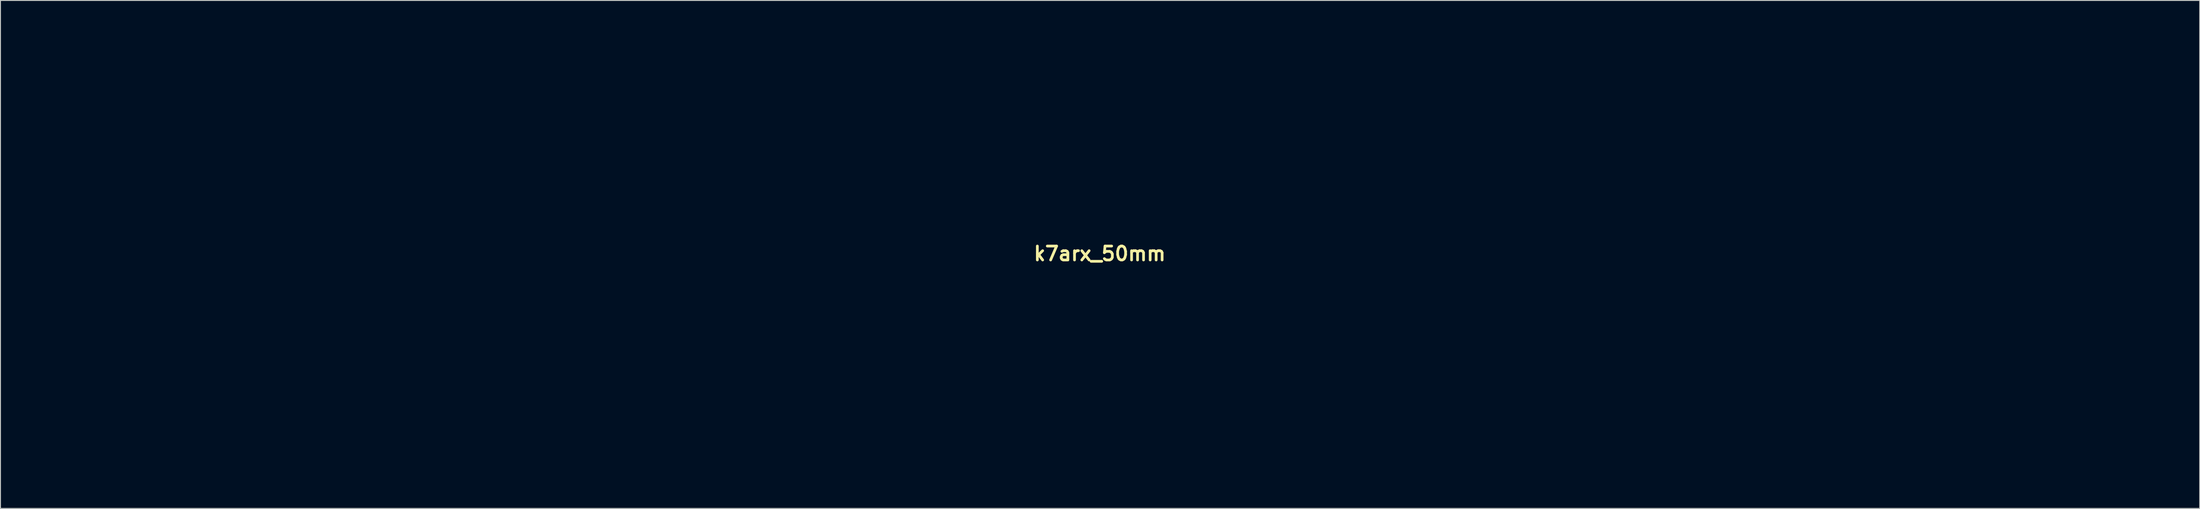
<source format=kicad_pcb>
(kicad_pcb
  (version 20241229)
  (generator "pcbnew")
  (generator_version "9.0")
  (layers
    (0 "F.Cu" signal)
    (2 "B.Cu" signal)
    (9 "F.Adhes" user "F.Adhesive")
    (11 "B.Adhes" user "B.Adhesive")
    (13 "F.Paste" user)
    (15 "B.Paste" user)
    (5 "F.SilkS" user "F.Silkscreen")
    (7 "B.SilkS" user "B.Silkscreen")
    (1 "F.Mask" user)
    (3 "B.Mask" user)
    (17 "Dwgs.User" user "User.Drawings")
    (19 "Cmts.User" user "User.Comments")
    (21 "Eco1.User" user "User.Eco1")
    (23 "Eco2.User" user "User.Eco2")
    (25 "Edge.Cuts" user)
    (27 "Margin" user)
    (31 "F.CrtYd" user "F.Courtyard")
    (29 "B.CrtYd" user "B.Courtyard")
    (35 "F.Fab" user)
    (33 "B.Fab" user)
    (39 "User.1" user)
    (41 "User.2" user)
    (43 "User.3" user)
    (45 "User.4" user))
  (footprint "k7arx_50mm"
    (layer "F.Cu")
    (at 117.202 24.732)
    (property "Reference" "k7arx_50mm" (at 0 0 0) (layer "F.SilkS") (effects (font (size 1.524 1.524) (thickness 0.3))))
    (attr through_hole)
    (fp_poly (pts (xy -64.149 -24.296) (xy -63.95 -24.283) (xy -63.675 -24.263) (xy -63.335 -24.237) (xy -62.944 -24.205) (xy -62.512 -24.169) (xy -62.052 -24.13) (xy -61.745 -24.103) (xy -60.791 -24.019) (xy -59.906 -23.945) (xy -59.079 -23.88) (xy -58.297 -23.823) (xy -57.548 -23.774) (xy -56.818 -23.732) (xy -56.096 -23.697) (xy -55.369 -23.668) (xy -54.623 -23.645) (xy -53.848 -23.627) (xy -53.029 -23.614) (xy -52.155 -23.604) (xy -51.213 -23.599) (xy -50.191 -23.596) (xy -49.6 -23.596) (xy -48.404 -23.598) (xy -47.296 -23.604) (xy -46.262 -23.614) (xy -45.292 -23.629) (xy -44.372 -23.649) (xy -43.491 -23.674) (xy -42.635 -23.705) (xy -41.792 -23.742) (xy -40.95 -23.786) (xy -40.097 -23.837) (xy -39.221 -23.896) (xy -38.409 -23.954) (xy -37.967 -23.986) (xy -37.552 -24.014) (xy -37.177 -24.038) (xy -36.853 -24.056) (xy -36.591 -24.069) (xy -36.403 -24.075) (xy -36.298 -24.074) (xy -36.284 -24.071) (xy -36.092 -23.97) (xy -35.882 -23.78) (xy -35.66 -23.511) (xy -35.434 -23.172) (xy -35.212 -22.771) (xy -35.189 -22.725) (xy -35.041 -22.407) (xy -34.891 -22.045) (xy -34.744 -21.656) (xy -34.607 -21.257) (xy -34.484 -20.867) (xy -34.381 -20.502) (xy -34.305 -20.181) (xy -34.26 -19.921) (xy -34.25 -19.786) (xy -34.264 -19.643) (xy -34.31 -19.498) (xy -34.398 -19.337) (xy -34.535 -19.148) (xy -34.728 -18.918) (xy -34.987 -18.637) (xy -35.032 -18.589) (xy -35.542 -18.047) (xy -35.998 -17.554) (xy -36.418 -17.091) (xy -36.819 -16.638) (xy -37.177 -16.225) (xy -38.608 -14.491) (xy -39.976 -12.695) (xy -41.278 -10.846) (xy -42.509 -8.951) (xy -43.665 -7.016) (xy -44.742 -5.051) (xy -45.735 -3.061) (xy -46.64 -1.055) (xy -47.452 0.959) (xy -47.965 2.375) (xy -48.519 4.066) (xy -49.002 5.729) (xy -49.419 7.384) (xy -49.773 9.052) (xy -50.069 10.751) (xy -50.311 12.501) (xy -50.483 14.1) (xy -50.506 14.391) (xy -50.525 14.758) (xy -50.541 15.189) (xy -50.555 15.669) (xy -50.565 16.186) (xy -50.573 16.727) (xy -50.577 17.278) (xy -50.578 17.825) (xy -50.576 18.356) (xy -50.571 18.857) (xy -50.562 19.315) (xy -50.551 19.717) (xy -50.535 20.048) (xy -50.516 20.297) (xy -50.511 20.35) (xy -50.447 20.801) (xy -50.367 21.283) (xy -50.273 21.771) (xy -50.172 22.237) (xy -50.07 22.657) (xy -49.97 23.004) (xy -49.968 23.013) (xy -49.861 23.389) (xy -49.79 23.73) (xy -49.764 23.95) (xy -49.755 24.152) (xy -49.763 24.288) (xy -49.794 24.39) (xy -49.853 24.49) (xy -49.858 24.497) (xy -49.982 24.64) (xy -50.131 24.761) (xy -50.15 24.772) (xy -50.18 24.789) (xy -50.214 24.804) (xy -50.258 24.817) (xy -50.317 24.829) (xy -50.397 24.838) (xy -50.506 24.847) (xy -50.647 24.854) (xy -50.829 24.86) (xy -51.056 24.865) (xy -51.335 24.869) (xy -51.672 24.872) (xy -52.072 24.875) (xy -52.542 24.877) (xy -53.088 24.879) (xy -53.715 24.88) (xy -54.43 24.881) (xy -55.239 24.883) (xy -55.275 24.883) (xy -55.973 24.884) (xy -56.645 24.884) (xy -57.284 24.883) (xy -57.883 24.881) (xy -58.434 24.879) (xy -58.931 24.877) (xy -59.367 24.873) (xy -59.734 24.87) (xy -60.026 24.865) (xy -60.236 24.861) (xy -60.357 24.856) (xy -60.382 24.853) (xy -60.622 24.75) (xy -60.848 24.576) (xy -61.032 24.357) (xy -61.145 24.12) (xy -61.148 24.111) (xy -61.175 23.942) (xy -61.192 23.674) (xy -61.197 23.311) (xy -61.191 22.852) (xy -61.174 22.3) (xy -61.149 21.725) (xy -61.001 19.631) (xy -60.757 17.511) (xy -60.419 15.365) (xy -59.986 13.194) (xy -59.458 11.001) (xy -58.837 8.786) (xy -58.122 6.55) (xy -57.315 4.296) (xy -56.415 2.025) (xy -55.423 -0.263) (xy -54.339 -2.565) (xy -53.164 -4.88) (xy -52.728 -5.7) (xy -52.059 -6.915) (xy -51.351 -8.15) (xy -50.616 -9.388) (xy -49.862 -10.614) (xy -49.098 -11.813) (xy -48.336 -12.968) (xy -47.585 -14.065) (xy -46.854 -15.087) (xy -46.654 -15.358) (xy -46.545 -15.513) (xy -46.468 -15.638) (xy -46.435 -15.711) (xy -46.437 -15.72) (xy -46.491 -15.726) (xy -46.639 -15.73) (xy -46.872 -15.735) (xy -47.185 -15.738) (xy -47.569 -15.742) (xy -48.018 -15.744) (xy -48.525 -15.746) (xy -49.083 -15.748) (xy -49.685 -15.749) (xy -50.324 -15.75) (xy -50.992 -15.75) (xy -51.684 -15.75) (xy -52.391 -15.75) (xy -53.107 -15.749) (xy -53.825 -15.747) (xy -54.538 -15.745) (xy -55.239 -15.743) (xy -55.92 -15.741) (xy -56.575 -15.738) (xy -57.197 -15.735) (xy -57.778 -15.731) (xy -58.312 -15.727) (xy -58.792 -15.723) (xy -59.211 -15.718) (xy -59.561 -15.713) (xy -59.836 -15.708) (xy -60.028 -15.703) (xy -60.1 -15.699) (xy -61.272 -15.596) (xy -62.375 -15.431) (xy -63.422 -15.201) (xy -64.423 -14.905) (xy -64.863 -14.749) (xy -65.084 -14.661) (xy -65.372 -14.54) (xy -65.7 -14.396) (xy -66.045 -14.241) (xy -66.383 -14.083) (xy -66.425 -14.064) (xy -66.852 -13.862) (xy -67.202 -13.701) (xy -67.485 -13.577) (xy -67.713 -13.484) (xy -67.898 -13.42) (xy -68.051 -13.379) (xy -68.184 -13.357) (xy -68.307 -13.35) (xy -68.319 -13.35) (xy -68.688 -13.385) (xy -69.007 -13.486) (xy -69.267 -13.645) (xy -69.459 -13.855) (xy -69.572 -14.109) (xy -69.6 -14.332) (xy -69.576 -14.61) (xy -69.507 -14.965) (xy -69.397 -15.389) (xy -69.25 -15.871) (xy -69.071 -16.402) (xy -68.863 -16.972) (xy -68.63 -17.571) (xy -68.377 -18.191) (xy -68.106 -18.821) (xy -67.824 -19.452) (xy -67.533 -20.074) (xy -67.237 -20.677) (xy -66.941 -21.253) (xy -66.648 -21.791) (xy -66.364 -22.282) (xy -66.09 -22.716) (xy -66.05 -22.777) (xy -65.747 -23.211) (xy -65.478 -23.561) (xy -65.233 -23.834) (xy -65.005 -24.038) (xy -64.785 -24.178) (xy -64.566 -24.262) (xy -64.338 -24.298) (xy -64.26 -24.3) (xy -64.149 -24.296)) (stroke (width 0.01) (type solid)) (fill yes) (layer "F.Mask"))
    (fp_poly (pts (xy -111.605 -23.925) (xy -111.003 -23.924) (xy -110.487 -23.923) (xy -110.048 -23.921) (xy -109.68 -23.918) (xy -109.376 -23.915) (xy -109.128 -23.91) (xy -108.929 -23.903) (xy -108.772 -23.895) (xy -108.649 -23.885) (xy -108.553 -23.874) (xy -108.477 -23.86) (xy -108.414 -23.844) (xy -108.391 -23.837) (xy -108.055 -23.694) (xy -107.786 -23.486) (xy -107.569 -23.202) (xy -107.5 -23.077) (xy -107.325 -22.734) (xy -107.331 -22.055) (xy -107.339 -21.75) (xy -107.356 -21.386) (xy -107.38 -21.003) (xy -107.409 -20.642) (xy -107.417 -20.55) (xy -107.471 -19.965) (xy -107.522 -19.333) (xy -107.571 -18.647) (xy -107.619 -17.9) (xy -107.665 -17.085) (xy -107.711 -16.194) (xy -107.756 -15.221) (xy -107.802 -14.158) (xy -107.826 -13.575) (xy -107.839 -13.199) (xy -107.853 -12.76) (xy -107.867 -12.266) (xy -107.881 -11.726) (xy -107.895 -11.149) (xy -107.908 -10.545) (xy -107.921 -9.921) (xy -107.933 -9.288) (xy -107.945 -8.654) (xy -107.955 -8.027) (xy -107.964 -7.417) (xy -107.972 -6.833) (xy -107.979 -6.283) (xy -107.984 -5.777) (xy -107.987 -5.324) (xy -107.989 -4.932) (xy -107.989 -4.61) (xy -107.986 -4.367) (xy -107.981 -4.213) (xy -107.979 -4.184) (xy -107.924 -3.857) (xy -107.825 -3.621) (xy -107.683 -3.475) (xy -107.499 -3.418) (xy -107.274 -3.453) (xy -107.008 -3.578) (xy -106.701 -3.794) (xy -106.701 -3.795) (xy -106.548 -3.921) (xy -106.332 -4.105) (xy -106.065 -4.336) (xy -105.757 -4.604) (xy -105.42 -4.9) (xy -105.066 -5.214) (xy -104.704 -5.535) (xy -104.348 -5.853) (xy -104.007 -6.16) (xy -103.694 -6.444) (xy -103.526 -6.598) (xy -102.742 -7.321) (xy -101.977 -8.036) (xy -101.226 -8.747) (xy -100.484 -9.461) (xy -99.743 -10.183) (xy -99 -10.919) (xy -98.249 -11.675) (xy -97.484 -12.456) (xy -96.699 -13.267) (xy -95.889 -14.115) (xy -95.049 -15.006) (xy -94.173 -15.944) (xy -93.255 -16.936) (xy -92.29 -17.987) (xy -91.273 -19.103) (xy -90.197 -20.29) (xy -90.098 -20.4) (xy -89.592 -20.959) (xy -89.146 -21.449) (xy -88.755 -21.874) (xy -88.412 -22.239) (xy -88.112 -22.55) (xy -87.849 -22.811) (xy -87.617 -23.028) (xy -87.41 -23.205) (xy -87.222 -23.349) (xy -87.048 -23.463) (xy -86.881 -23.554) (xy -86.715 -23.625) (xy -86.545 -23.683) (xy -86.365 -23.732) (xy -86.192 -23.772) (xy -86.122 -23.786) (xy -86.039 -23.798) (xy -85.936 -23.808) (xy -85.809 -23.817) (xy -85.65 -23.825) (xy -85.453 -23.831) (xy -85.211 -23.836) (xy -84.919 -23.839) (xy -84.571 -23.842) (xy -84.158 -23.843) (xy -83.677 -23.844) (xy -83.119 -23.844) (xy -82.48 -23.843) (xy -81.752 -23.841) (xy -81.075 -23.839) (xy -80.277 -23.837) (xy -79.573 -23.834) (xy -78.957 -23.832) (xy -78.422 -23.829) (xy -77.963 -23.826) (xy -77.574 -23.822) (xy -77.248 -23.818) (xy -76.979 -23.813) (xy -76.761 -23.808) (xy -76.588 -23.801) (xy -76.454 -23.793) (xy -76.353 -23.784) (xy -76.279 -23.773) (xy -76.225 -23.761) (xy -76.186 -23.747) (xy -76.16 -23.735) (xy -75.969 -23.577) (xy -75.847 -23.362) (xy -75.801 -23.108) (xy -75.835 -22.834) (xy -75.877 -22.711) (xy -75.933 -22.589) (xy -76.003 -22.465) (xy -76.094 -22.333) (xy -76.213 -22.185) (xy -76.366 -22.013) (xy -76.56 -21.811) (xy -76.802 -21.571) (xy -77.098 -21.286) (xy -77.456 -20.949) (xy -77.875 -20.559) (xy -79.198 -19.331) (xy -80.452 -18.162) (xy -81.643 -17.049) (xy -82.778 -15.984) (xy -83.862 -14.963) (xy -84.902 -13.979) (xy -85.904 -13.027) (xy -86.873 -12.1) (xy -87.816 -11.193) (xy -88.738 -10.301) (xy -89.647 -9.417) (xy -90.547 -8.535) (xy -91.446 -7.65) (xy -92.348 -6.756) (xy -93.261 -5.847) (xy -93.455 -5.653) (xy -93.922 -5.186) (xy -94.372 -4.734) (xy -94.799 -4.303) (xy -95.199 -3.899) (xy -95.565 -3.526) (xy -95.893 -3.191) (xy -96.175 -2.9) (xy -96.408 -2.658) (xy -96.585 -2.471) (xy -96.701 -2.344) (xy -96.745 -2.293) (xy -96.91 -2.049) (xy -97 -1.848) (xy -97.014 -1.668) (xy -96.951 -1.486) (xy -96.811 -1.279) (xy -96.71 -1.156) (xy -96.623 -1.055) (xy -96.48 -0.887) (xy -96.291 -0.665) (xy -96.065 -0.399) (xy -95.811 -0.1) (xy -95.538 0.222) (xy -95.285 0.521) (xy -94.48 1.468) (xy -93.693 2.394) (xy -92.926 3.292) (xy -92.185 4.158) (xy -91.473 4.988) (xy -90.794 5.776) (xy -90.154 6.517) (xy -89.555 7.207) (xy -89.003 7.84) (xy -88.501 8.412) (xy -88.054 8.918) (xy -87.666 9.353) (xy -87.601 9.425) (xy -86.194 10.968) (xy -84.826 12.425) (xy -83.493 13.801) (xy -82.19 15.102) (xy -80.913 16.331) (xy -79.656 17.493) (xy -78.416 18.592) (xy -77.187 19.633) (xy -76.175 20.453) (xy -76.018 20.579) (xy -75.803 20.749) (xy -75.553 20.948) (xy -75.289 21.159) (xy -75.097 21.311) (xy -74.689 21.648) (xy -74.322 21.975) (xy -74.006 22.284) (xy -73.752 22.562) (xy -73.568 22.801) (xy -73.525 22.87) (xy -73.377 23.197) (xy -73.297 23.543) (xy -73.293 23.872) (xy -73.299 23.921) (xy -73.377 24.23) (xy -73.505 24.468) (xy -73.7 24.657) (xy -73.9 24.782) (xy -73.931 24.796) (xy -73.968 24.809) (xy -74.019 24.821) (xy -74.089 24.831) (xy -74.182 24.84) (xy -74.306 24.848) (xy -74.465 24.854) (xy -74.665 24.86) (xy -74.912 24.865) (xy -75.211 24.869) (xy -75.569 24.873) (xy -75.99 24.876) (xy -76.481 24.879) (xy -77.046 24.881) (xy -77.693 24.884) (xy -78.426 24.886) (xy -79.25 24.888) (xy -79.625 24.889) (xy -80.638 24.891) (xy -81.551 24.892) (xy -82.368 24.892) (xy -83.088 24.89) (xy -83.713 24.888) (xy -84.245 24.884) (xy -84.684 24.879) (xy -85.032 24.872) (xy -85.29 24.865) (xy -85.46 24.856) (xy -85.525 24.849) (xy -85.776 24.792) (xy -86.051 24.701) (xy -86.228 24.625) (xy -86.461 24.49) (xy -86.704 24.302) (xy -86.966 24.053) (xy -87.254 23.734) (xy -87.576 23.34) (xy -87.8 23.048) (xy -88.464 22.174) (xy -89.143 21.292) (xy -89.844 20.398) (xy -90.568 19.487) (xy -91.321 18.555) (xy -92.105 17.597) (xy -92.925 16.608) (xy -93.786 15.584) (xy -94.689 14.52) (xy -95.64 13.411) (xy -96.643 12.254) (xy -97.7 11.043) (xy -98.817 9.773) (xy -99.996 8.441) (xy -101.056 7.25) (xy -101.53 6.719) (xy -101.943 6.258) (xy -102.301 5.861) (xy -102.608 5.523) (xy -102.87 5.238) (xy -103.092 5.001) (xy -103.28 4.807) (xy -103.437 4.65) (xy -103.57 4.524) (xy -103.684 4.424) (xy -103.783 4.345) (xy -103.874 4.282) (xy -103.874 4.281) (xy -103.989 4.211) (xy -104.092 4.167) (xy -104.196 4.155) (xy -104.311 4.18) (xy -104.449 4.247) (xy -104.622 4.362) (xy -104.842 4.528) (xy -105.119 4.751) (xy -105.301 4.9) (xy -105.826 5.336) (xy -106.276 5.721) (xy -106.656 6.062) (xy -106.974 6.368) (xy -107.235 6.647) (xy -107.445 6.905) (xy -107.61 7.15) (xy -107.736 7.391) (xy -107.83 7.635) (xy -107.896 7.89) (xy -107.942 8.162) (xy -107.958 8.3) (xy -107.969 8.491) (xy -107.975 8.774) (xy -107.975 9.141) (xy -107.97 9.586) (xy -107.96 10.101) (xy -107.944 10.678) (xy -107.925 11.31) (xy -107.901 11.989) (xy -107.873 12.708) (xy -107.842 13.46) (xy -107.807 14.236) (xy -107.77 15.029) (xy -107.729 15.832) (xy -107.687 16.637) (xy -107.642 17.437) (xy -107.595 18.225) (xy -107.547 18.992) (xy -107.525 19.325) (xy -107.475 20.079) (xy -107.432 20.741) (xy -107.396 21.317) (xy -107.367 21.815) (xy -107.345 22.241) (xy -107.331 22.602) (xy -107.324 22.906) (xy -107.324 23.159) (xy -107.332 23.369) (xy -107.347 23.542) (xy -107.37 23.686) (xy -107.4 23.808) (xy -107.438 23.914) (xy -107.484 24.012) (xy -107.538 24.109) (xy -107.565 24.156) (xy -107.765 24.402) (xy -108.04 24.617) (xy -108.37 24.782) (xy -108.449 24.811) (xy -108.529 24.821) (xy -108.698 24.831) (xy -108.948 24.84) (xy -109.268 24.849) (xy -109.648 24.856) (xy -110.079 24.863) (xy -110.55 24.869) (xy -111.052 24.874) (xy -111.575 24.879) (xy -112.108 24.882) (xy -112.642 24.884) (xy -113.167 24.885) (xy -113.673 24.885) (xy -114.15 24.884) (xy -114.588 24.881) (xy -114.978 24.877) (xy -115.308 24.872) (xy -115.571 24.866) (xy -115.754 24.858) (xy -115.839 24.85) (xy -116.228 24.745) (xy -116.567 24.56) (xy -116.845 24.301) (xy -117.053 23.976) (xy -117.105 23.854) (xy -117.141 23.754) (xy -117.167 23.658) (xy -117.185 23.549) (xy -117.194 23.412) (xy -117.197 23.23) (xy -117.194 22.985) (xy -117.185 22.662) (xy -117.182 22.55) (xy -117.169 22.163) (xy -117.15 21.715) (xy -117.127 21.242) (xy -117.101 20.782) (xy -117.078 20.4) (xy -117.027 19.589) (xy -116.976 18.689) (xy -116.925 17.711) (xy -116.875 16.666) (xy -116.826 15.563) (xy -116.779 14.415) (xy -116.734 13.231) (xy -116.691 12.024) (xy -116.651 10.803) (xy -116.614 9.579) (xy -116.58 8.364) (xy -116.55 7.168) (xy -116.525 6.002) (xy -116.504 4.876) (xy -116.497 4.375) (xy -116.469 1.354) (xy -116.474 -1.741) (xy -116.511 -4.89) (xy -116.578 -8.073) (xy -116.677 -11.27) (xy -116.806 -14.461) (xy -116.965 -17.625) (xy -117.08 -19.6) (xy -117.108 -20.072) (xy -117.133 -20.536) (xy -117.154 -20.976) (xy -117.171 -21.378) (xy -117.183 -21.728) (xy -117.19 -22.011) (xy -117.19 -22.213) (xy -117.19 -22.25) (xy -117.178 -22.513) (xy -117.162 -22.703) (xy -117.135 -22.845) (xy -117.093 -22.967) (xy -117.039 -23.078) (xy -116.82 -23.394) (xy -116.526 -23.646) (xy -116.219 -23.806) (xy -115.925 -23.925) (xy -112.3 -23.925) (xy -111.605 -23.925)) (stroke (width 0.01) (type solid)) (fill yes) (layer "F.Mask"))
    (fp_poly (pts (xy 37.571 -23.952) (xy 38.461 -23.951) (xy 39.337 -23.95) (xy 40.192 -23.948) (xy 41.021 -23.946) (xy 41.818 -23.944) (xy 42.578 -23.941) (xy 43.294 -23.938) (xy 43.961 -23.935) (xy 44.574 -23.931) (xy 45.125 -23.926) (xy 45.611 -23.922) (xy 46.024 -23.917) (xy 46.36 -23.911) (xy 46.612 -23.905) (xy 46.755 -23.9) (xy 47.652 -23.849) (xy 48.469 -23.789) (xy 49.225 -23.717) (xy 49.941 -23.631) (xy 50.634 -23.528) (xy 51.326 -23.408) (xy 51.525 -23.37) (xy 52.804 -23.085) (xy 54.004 -22.74) (xy 55.124 -22.337) (xy 56.165 -21.874) (xy 57.125 -21.353) (xy 58.004 -20.772) (xy 58.804 -20.134) (xy 59.522 -19.437) (xy 60.159 -18.681) (xy 60.716 -17.868) (xy 61.191 -16.996) (xy 61.34 -16.672) (xy 61.633 -15.928) (xy 61.884 -15.127) (xy 62.082 -14.308) (xy 62.171 -13.825) (xy 62.238 -13.396) (xy 62.288 -13.028) (xy 62.325 -12.695) (xy 62.349 -12.369) (xy 62.364 -12.023) (xy 62.37 -11.627) (xy 62.372 -11.225) (xy 62.352 -10.351) (xy 62.291 -9.546) (xy 62.185 -8.789) (xy 62.032 -8.054) (xy 61.828 -7.321) (xy 61.79 -7.2) (xy 61.42 -6.193) (xy 60.965 -5.214) (xy 60.423 -4.26) (xy 59.79 -3.325) (xy 59.064 -2.406) (xy 58.243 -1.498) (xy 57.95 -1.2) (xy 57.399 -0.664) (xy 56.83 -0.142) (xy 56.234 0.374) (xy 55.6 0.891) (xy 54.92 1.418) (xy 54.184 1.96) (xy 53.382 2.528) (xy 52.503 3.127) (xy 52.058 3.423) (xy 51.739 3.637) (xy 51.445 3.837) (xy 51.186 4.017) (xy 50.974 4.168) (xy 50.821 4.283) (xy 50.736 4.353) (xy 50.725 4.365) (xy 50.658 4.542) (xy 50.661 4.761) (xy 50.731 4.997) (xy 50.788 5.107) (xy 50.822 5.162) (xy 50.872 5.237) (xy 50.941 5.336) (xy 51.032 5.465) (xy 51.149 5.626) (xy 51.293 5.825) (xy 51.47 6.067) (xy 51.682 6.354) (xy 51.932 6.692) (xy 52.223 7.085) (xy 52.559 7.537) (xy 52.943 8.053) (xy 53.378 8.637) (xy 53.867 9.294) (xy 54.277 9.844) (xy 54.832 10.587) (xy 55.339 11.26) (xy 55.804 11.871) (xy 56.238 12.434) (xy 56.647 12.957) (xy 57.041 13.452) (xy 57.428 13.929) (xy 57.817 14.399) (xy 58.216 14.873) (xy 58.633 15.362) (xy 58.765 15.515) (xy 59.296 16.122) (xy 59.869 16.76) (xy 60.473 17.418) (xy 61.096 18.085) (xy 61.728 18.748) (xy 62.357 19.397) (xy 62.971 20.018) (xy 63.56 20.602) (xy 64.113 21.135) (xy 64.618 21.607) (xy 64.791 21.765) (xy 65.172 22.126) (xy 65.495 22.468) (xy 65.752 22.784) (xy 65.937 23.064) (xy 66.043 23.301) (xy 66.048 23.317) (xy 66.086 23.542) (xy 66.091 23.794) (xy 66.087 23.842) (xy 66.016 24.187) (xy 65.873 24.464) (xy 65.656 24.672) (xy 65.367 24.812) (xy 65.224 24.85) (xy 65.133 24.86) (xy 64.958 24.868) (xy 64.697 24.875) (xy 64.349 24.881) (xy 63.912 24.886) (xy 63.384 24.889) (xy 62.763 24.891) (xy 62.048 24.892) (xy 61.238 24.892) (xy 60.33 24.89) (xy 59.799 24.889) (xy 54.625 24.874) (xy 54.329 24.762) (xy 53.982 24.611) (xy 53.695 24.437) (xy 53.427 24.215) (xy 53.361 24.151) (xy 53.246 24.037) (xy 53.137 23.921) (xy 53.027 23.798) (xy 52.911 23.66) (xy 52.785 23.5) (xy 52.643 23.311) (xy 52.481 23.086) (xy 52.292 22.818) (xy 52.072 22.499) (xy 51.815 22.123) (xy 51.517 21.682) (xy 51.172 21.17) (xy 50.923 20.8) (xy 50.13 19.624) (xy 49.376 18.519) (xy 48.651 17.471) (xy 47.944 16.465) (xy 47.245 15.487) (xy 46.543 14.521) (xy 45.828 13.553) (xy 45.088 12.568) (xy 44.314 11.552) (xy 43.494 10.489) (xy 43.317 10.262) (xy 42.95 9.796) (xy 42.63 9.408) (xy 42.354 9.093) (xy 42.114 8.844) (xy 41.904 8.657) (xy 41.718 8.525) (xy 41.55 8.442) (xy 41.395 8.404) (xy 41.322 8.4) (xy 41.193 8.415) (xy 40.98 8.459) (xy 40.696 8.527) (xy 40.353 8.617) (xy 39.963 8.725) (xy 39.538 8.847) (xy 39.089 8.981) (xy 38.628 9.123) (xy 38.168 9.269) (xy 37.72 9.416) (xy 37.457 9.505) (xy 37.233 9.581) (xy 37.042 9.643) (xy 36.906 9.685) (xy 36.844 9.7) (xy 36.837 9.651) (xy 36.83 9.509) (xy 36.824 9.279) (xy 36.818 8.969) (xy 36.813 8.585) (xy 36.808 8.133) (xy 36.805 7.621) (xy 36.802 7.053) (xy 36.801 6.438) (xy 36.8 5.782) (xy 36.8 1.864) (xy 37.688 1.576) (xy 39.078 1.103) (xy 40.443 0.593) (xy 41.768 0.052) (xy 43.039 -0.515) (xy 44.242 -1.1) (xy 45.361 -1.697) (xy 45.525 -1.79) (xy 46.692 -2.491) (xy 47.767 -3.21) (xy 48.749 -3.948) (xy 49.637 -4.702) (xy 50.431 -5.473) (xy 51.129 -6.259) (xy 51.731 -7.059) (xy 52.234 -7.873) (xy 52.575 -8.55) (xy 52.864 -9.287) (xy 53.068 -10.019) (xy 53.188 -10.742) (xy 53.225 -11.446) (xy 53.179 -12.127) (xy 53.051 -12.776) (xy 52.841 -13.388) (xy 52.551 -13.955) (xy 52.18 -14.471) (xy 52.039 -14.629) (xy 51.562 -15.068) (xy 51.006 -15.456) (xy 50.379 -15.788) (xy 49.688 -16.06) (xy 48.942 -16.267) (xy 48.802 -16.297) (xy 48.622 -16.334) (xy 48.45 -16.367) (xy 48.28 -16.396) (xy 48.106 -16.422) (xy 47.922 -16.445) (xy 47.722 -16.465) (xy 47.5 -16.482) (xy 47.249 -16.497) (xy 46.964 -16.51) (xy 46.638 -16.52) (xy 46.265 -16.528) (xy 45.84 -16.535) (xy 45.355 -16.54) (xy 44.806 -16.544) (xy 44.185 -16.546) (xy 43.487 -16.548) (xy 42.706 -16.549) (xy 41.835 -16.549) (xy 41.147 -16.549) (xy 40.236 -16.55) (xy 39.419 -16.55) (xy 38.692 -16.55) (xy 38.048 -16.549) (xy 37.482 -16.547) (xy 36.99 -16.544) (xy 36.564 -16.54) (xy 36.2 -16.533) (xy 35.893 -16.525) (xy 35.636 -16.515) (xy 35.425 -16.501) (xy 35.253 -16.485) (xy 35.116 -16.466) (xy 35.009 -16.443) (xy 34.924 -16.416) (xy 34.858 -16.385) (xy 34.805 -16.35) (xy 34.759 -16.31) (xy 34.714 -16.266) (xy 34.666 -16.216) (xy 34.656 -16.206) (xy 34.624 -16.177) (xy 34.595 -16.154) (xy 34.567 -16.134) (xy 34.541 -16.113) (xy 34.517 -16.087) (xy 34.495 -16.054) (xy 34.475 -16.01) (xy 34.456 -15.952) (xy 34.439 -15.877) (xy 34.424 -15.781) (xy 34.41 -15.66) (xy 34.397 -15.512) (xy 34.386 -15.333) (xy 34.375 -15.119) (xy 34.366 -14.869) (xy 34.359 -14.577) (xy 34.352 -14.241) (xy 34.346 -13.857) (xy 34.341 -13.422) (xy 34.337 -12.933) (xy 34.333 -12.386) (xy 34.331 -11.779) (xy 34.329 -11.107) (xy 34.327 -10.367) (xy 34.326 -9.556) (xy 34.325 -8.671) (xy 34.325 -7.708) (xy 34.325 -6.665) (xy 34.325 -5.536) (xy 34.325 -4.32) (xy 34.325 -3.013) (xy 34.325 -1.612) (xy 34.325 -0.625) (xy 34.325 0.875) (xy 34.325 2.28) (xy 34.325 3.594) (xy 34.325 4.82) (xy 34.326 5.963) (xy 34.327 7.028) (xy 34.328 8.019) (xy 34.33 8.939) (xy 34.332 9.794) (xy 34.335 10.588) (xy 34.338 11.325) (xy 34.342 12.008) (xy 34.347 12.644) (xy 34.352 13.235) (xy 34.359 13.786) (xy 34.366 14.302) (xy 34.375 14.786) (xy 34.384 15.244) (xy 34.395 15.679) (xy 34.407 16.095) (xy 34.42 16.497) (xy 34.435 16.889) (xy 34.451 17.276) (xy 34.468 17.662) (xy 34.487 18.05) (xy 34.508 18.446) (xy 34.53 18.854) (xy 34.554 19.278) (xy 34.58 19.721) (xy 34.608 20.19) (xy 34.638 20.687) (xy 34.655 20.975) (xy 34.689 21.56) (xy 34.714 22.056) (xy 34.731 22.471) (xy 34.739 22.817) (xy 34.738 23.101) (xy 34.728 23.335) (xy 34.709 23.529) (xy 34.679 23.691) (xy 34.64 23.832) (xy 34.59 23.961) (xy 34.577 23.991) (xy 34.398 24.294) (xy 34.162 24.531) (xy 33.852 24.716) (xy 33.761 24.756) (xy 33.475 24.874) (xy 29.65 24.882) (xy 29.034 24.883) (xy 28.442 24.883) (xy 27.882 24.881) (xy 27.364 24.879) (xy 26.895 24.877) (xy 26.483 24.873) (xy 26.137 24.869) (xy 25.866 24.864) (xy 25.677 24.858) (xy 25.579 24.852) (xy 25.575 24.852) (xy 25.185 24.75) (xy 24.849 24.577) (xy 24.575 24.341) (xy 24.375 24.049) (xy 24.282 23.812) (xy 24.253 23.691) (xy 24.231 23.556) (xy 24.215 23.397) (xy 24.207 23.204) (xy 24.205 22.968) (xy 24.211 22.679) (xy 24.224 22.327) (xy 24.244 21.903) (xy 24.271 21.397) (xy 24.299 20.909) (xy 24.393 19.275) (xy 24.478 17.729) (xy 24.554 16.256) (xy 24.621 14.845) (xy 24.679 13.482) (xy 24.73 12.155) (xy 24.773 10.85) (xy 24.809 9.556) (xy 24.838 8.259) (xy 24.861 6.946) (xy 24.877 5.605) (xy 24.887 4.224) (xy 24.892 2.788) (xy 24.891 1.285) (xy 24.886 -0.296) (xy 24.884 -0.725) (xy 24.877 -1.9) (xy 24.869 -2.987) (xy 24.86 -3.996) (xy 24.849 -4.94) (xy 24.837 -5.83) (xy 24.822 -6.676) (xy 24.804 -7.491) (xy 24.784 -8.286) (xy 24.76 -9.072) (xy 24.734 -9.86) (xy 24.703 -10.663) (xy 24.668 -11.492) (xy 24.629 -12.357) (xy 24.585 -13.271) (xy 24.536 -14.244) (xy 24.5 -14.95) (xy 24.452 -15.872) (xy 24.409 -16.7) (xy 24.372 -17.441) (xy 24.339 -18.1) (xy 24.31 -18.685) (xy 24.285 -19.2) (xy 24.264 -19.653) (xy 24.247 -20.049) (xy 24.234 -20.396) (xy 24.223 -20.697) (xy 24.215 -20.961) (xy 24.21 -21.194) (xy 24.207 -21.4) (xy 24.207 -21.588) (xy 24.208 -21.762) (xy 24.21 -21.929) (xy 24.211 -21.942) (xy 24.219 -22.272) (xy 24.229 -22.52) (xy 24.243 -22.703) (xy 24.264 -22.839) (xy 24.292 -22.946) (xy 24.33 -23.042) (xy 24.333 -23.05) (xy 24.532 -23.364) (xy 24.805 -23.612) (xy 25.153 -23.795) (xy 25.49 -23.894) (xy 25.57 -23.9) (xy 25.744 -23.906) (xy 26.007 -23.912) (xy 26.352 -23.917) (xy 26.775 -23.922) (xy 27.269 -23.927) (xy 27.828 -23.931) (xy 28.447 -23.935) (xy 29.121 -23.938) (xy 29.843 -23.941) (xy 30.607 -23.944) (xy 31.408 -23.946) (xy 32.241 -23.948) (xy 33.099 -23.95) (xy 33.977 -23.951) (xy 34.869 -23.952) (xy 35.769 -23.952) (xy 36.671 -23.952) (xy 37.571 -23.952)) (stroke (width 0.01) (type solid)) (fill yes) (layer "F.Mask"))
    (fp_poly (pts (xy 80.905 -23.925) (xy 81.485 -23.924) (xy 81.989 -23.921) (xy 82.423 -23.917) (xy 82.793 -23.91) (xy 83.105 -23.901) (xy 83.366 -23.888) (xy 83.58 -23.872) (xy 83.754 -23.851) (xy 83.895 -23.826) (xy 84.008 -23.796) (xy 84.099 -23.761) (xy 84.174 -23.72) (xy 84.239 -23.672) (xy 84.3 -23.617) (xy 84.364 -23.555) (xy 84.436 -23.485) (xy 84.437 -23.484) (xy 84.522 -23.401) (xy 84.603 -23.316) (xy 84.684 -23.22) (xy 84.773 -23.105) (xy 84.874 -22.962) (xy 84.993 -22.781) (xy 85.136 -22.556) (xy 85.309 -22.276) (xy 85.518 -21.934) (xy 85.768 -21.52) (xy 85.97 -21.184) (xy 86.238 -20.739) (xy 86.465 -20.363) (xy 86.66 -20.04) (xy 86.835 -19.753) (xy 86.998 -19.486) (xy 87.16 -19.223) (xy 87.332 -18.947) (xy 87.522 -18.642) (xy 87.729 -18.312) (xy 87.89 -18.054) (xy 88.045 -17.807) (xy 88.18 -17.591) (xy 88.282 -17.426) (xy 88.322 -17.362) (xy 88.412 -17.22) (xy 88.552 -17.004) (xy 88.736 -16.723) (xy 88.959 -16.384) (xy 89.214 -15.998) (xy 89.496 -15.573) (xy 89.799 -15.118) (xy 90.118 -14.641) (xy 90.445 -14.151) (xy 90.776 -13.656) (xy 91.104 -13.167) (xy 91.424 -12.691) (xy 91.73 -12.237) (xy 92.015 -11.814) (xy 92.275 -11.43) (xy 92.503 -11.095) (xy 92.62 -10.925) (xy 92.876 -10.555) (xy 93.121 -10.205) (xy 93.35 -9.885) (xy 93.554 -9.604) (xy 93.726 -9.373) (xy 93.858 -9.202) (xy 93.944 -9.101) (xy 93.956 -9.089) (xy 94.139 -8.946) (xy 94.313 -8.867) (xy 94.486 -8.855) (xy 94.663 -8.915) (xy 94.853 -9.051) (xy 95.063 -9.266) (xy 95.301 -9.564) (xy 95.572 -9.95) (xy 95.575 -9.954) (xy 95.72 -10.168) (xy 95.905 -10.439) (xy 96.112 -10.742) (xy 96.325 -11.053) (xy 96.494 -11.299) (xy 97.374 -12.582) (xy 98.2 -13.804) (xy 98.984 -14.981) (xy 99.736 -16.129) (xy 100.466 -17.263) (xy 101.185 -18.401) (xy 101.904 -19.558) (xy 102.632 -20.751) (xy 102.94 -21.261) (xy 103.166 -21.635) (xy 103.384 -21.992) (xy 103.586 -22.321) (xy 103.766 -22.61) (xy 103.916 -22.848) (xy 104.029 -23.022) (xy 104.094 -23.117) (xy 104.374 -23.443) (xy 104.665 -23.677) (xy 104.977 -23.827) (xy 104.989 -23.831) (xy 105.04 -23.847) (xy 105.096 -23.86) (xy 105.165 -23.872) (xy 105.252 -23.883) (xy 105.362 -23.892) (xy 105.504 -23.899) (xy 105.681 -23.906) (xy 105.902 -23.911) (xy 106.171 -23.915) (xy 106.495 -23.918) (xy 106.88 -23.921) (xy 107.333 -23.923) (xy 107.858 -23.924) (xy 108.464 -23.924) (xy 109.155 -23.925) (xy 109.937 -23.925) (xy 110.225 -23.925) (xy 115.175 -23.925) (xy 115.395 -23.8) (xy 115.612 -23.636) (xy 115.741 -23.433) (xy 115.788 -23.18) (xy 115.784 -23.043) (xy 115.771 -22.919) (xy 115.751 -22.799) (xy 115.719 -22.678) (xy 115.673 -22.55) (xy 115.606 -22.407) (xy 115.516 -22.243) (xy 115.398 -22.053) (xy 115.248 -21.829) (xy 115.061 -21.566) (xy 114.835 -21.256) (xy 114.563 -20.895) (xy 114.244 -20.475) (xy 113.871 -19.989) (xy 113.442 -19.433) (xy 113.368 -19.337) (xy 113.007 -18.87) (xy 112.655 -18.414) (xy 112.318 -17.977) (xy 112.003 -17.569) (xy 111.716 -17.196) (xy 111.462 -16.867) (xy 111.249 -16.59) (xy 111.082 -16.373) (xy 110.969 -16.225) (xy 110.943 -16.191) (xy 110.771 -15.965) (xy 110.562 -15.692) (xy 110.342 -15.403) (xy 110.134 -15.131) (xy 110.103 -15.091) (xy 109.744 -14.621) (xy 109.335 -14.081) (xy 108.882 -13.482) (xy 108.395 -12.835) (xy 107.881 -12.151) (xy 107.349 -11.44) (xy 106.806 -10.714) (xy 106.261 -9.983) (xy 105.722 -9.258) (xy 105.197 -8.55) (xy 104.693 -7.87) (xy 104.22 -7.229) (xy 103.785 -6.637) (xy 103.397 -6.106) (xy 103.374 -6.075) (xy 103.154 -5.773) (xy 102.93 -5.467) (xy 102.719 -5.178) (xy 102.533 -4.924) (xy 102.387 -4.725) (xy 102.35 -4.675) (xy 102.196 -4.466) (xy 102.006 -4.204) (xy 101.801 -3.921) (xy 101.601 -3.645) (xy 101.551 -3.575) (xy 101.374 -3.33) (xy 101.203 -3.092) (xy 101.051 -2.883) (xy 100.935 -2.724) (xy 100.899 -2.675) (xy 100.504 -2.135) (xy 100.172 -1.672) (xy 99.902 -1.287) (xy 99.695 -0.979) (xy 99.55 -0.747) (xy 99.467 -0.592) (xy 99.448 -0.543) (xy 99.423 -0.392) (xy 99.432 -0.236) (xy 99.481 -0.062) (xy 99.575 0.143) (xy 99.721 0.39) (xy 99.923 0.692) (xy 100.088 0.925) (xy 100.276 1.187) (xy 100.506 1.507) (xy 100.761 1.862) (xy 101.025 2.229) (xy 101.28 2.585) (xy 101.399 2.75) (xy 102.255 3.939) (xy 103.14 5.156) (xy 104.044 6.391) (xy 104.961 7.634) (xy 105.882 8.875) (xy 106.8 10.104) (xy 107.707 11.31) (xy 108.596 12.482) (xy 109.458 13.612) (xy 110.287 14.688) (xy 111.074 15.7) (xy 111.722 16.525) (xy 112.353 17.321) (xy 112.991 18.122) (xy 113.627 18.916) (xy 114.252 19.691) (xy 114.855 20.436) (xy 115.428 21.138) (xy 115.959 21.785) (xy 116.44 22.365) (xy 116.47 22.4) (xy 116.746 22.76) (xy 116.973 23.115) (xy 117.07 23.3) (xy 117.171 23.52) (xy 117.233 23.688) (xy 117.264 23.839) (xy 117.274 24.007) (xy 117.275 24.066) (xy 117.272 24.249) (xy 117.255 24.367) (xy 117.209 24.456) (xy 117.122 24.549) (xy 117.07 24.598) (xy 116.87 24.749) (xy 116.645 24.835) (xy 116.591 24.847) (xy 116.506 24.857) (xy 116.355 24.866) (xy 116.135 24.874) (xy 115.842 24.88) (xy 115.473 24.885) (xy 115.024 24.889) (xy 114.492 24.891) (xy 113.875 24.892) (xy 113.167 24.892) (xy 112.366 24.891) (xy 111.521 24.889) (xy 106.725 24.875) (xy 106.428 24.755) (xy 106.121 24.588) (xy 105.825 24.345) (xy 105.564 24.05) (xy 105.477 23.925) (xy 105.406 23.812) (xy 105.293 23.628) (xy 105.147 23.389) (xy 104.977 23.111) (xy 104.793 22.808) (xy 104.665 22.596) (xy 104.479 22.289) (xy 104.304 22) (xy 104.147 21.743) (xy 104.018 21.532) (xy 103.926 21.383) (xy 103.888 21.322) (xy 103.813 21.202) (xy 103.7 21.022) (xy 103.565 20.805) (xy 103.424 20.577) (xy 103.423 20.575) (xy 103.079 20.025) (xy 102.686 19.408) (xy 102.253 18.736) (xy 101.788 18.023) (xy 101.3 17.282) (xy 100.799 16.527) (xy 100.292 15.772) (xy 99.789 15.028) (xy 99.299 14.311) (xy 98.831 13.633) (xy 98.651 13.375) (xy 98.509 13.171) (xy 98.323 12.905) (xy 98.109 12.599) (xy 97.88 12.271) (xy 97.651 11.943) (xy 97.551 11.8) (xy 97.318 11.468) (xy 97.071 11.116) (xy 96.826 10.77) (xy 96.6 10.45) (xy 96.409 10.181) (xy 96.351 10.1) (xy 96.136 9.799) (xy 95.892 9.456) (xy 95.645 9.11) (xy 95.425 8.799) (xy 95.39 8.75) (xy 95.223 8.516) (xy 95.068 8.306) (xy 94.938 8.135) (xy 94.845 8.02) (xy 94.81 7.983) (xy 94.645 7.894) (xy 94.438 7.862) (xy 94.233 7.89) (xy 94.159 7.92) (xy 94.058 7.998) (xy 93.926 8.135) (xy 93.787 8.305) (xy 93.738 8.371) (xy 93.655 8.488) (xy 93.521 8.678) (xy 93.343 8.929) (xy 93.128 9.233) (xy 92.883 9.58) (xy 92.615 9.959) (xy 92.331 10.361) (xy 92.038 10.777) (xy 91.742 11.196) (xy 91.451 11.609) (xy 91.171 12.005) (xy 90.91 12.376) (xy 90.674 12.711) (xy 90.598 12.819) (xy 89.126 14.943) (xy 87.687 17.087) (xy 86.295 19.227) (xy 84.964 21.344) (xy 84.228 22.55) (xy 84.044 22.852) (xy 83.866 23.146) (xy 83.702 23.412) (xy 83.565 23.635) (xy 83.465 23.795) (xy 83.441 23.833) (xy 83.181 24.18) (xy 82.887 24.468) (xy 82.576 24.682) (xy 82.424 24.755) (xy 82.125 24.875) (xy 77.275 24.883) (xy 76.584 24.884) (xy 75.92 24.884) (xy 75.288 24.883) (xy 74.698 24.882) (xy 74.155 24.88) (xy 73.666 24.877) (xy 73.24 24.874) (xy 72.882 24.87) (xy 72.6 24.866) (xy 72.401 24.861) (xy 72.292 24.856) (xy 72.275 24.854) (xy 71.974 24.741) (xy 71.757 24.573) (xy 71.624 24.352) (xy 71.577 24.081) (xy 71.618 23.762) (xy 71.621 23.749) (xy 71.679 23.554) (xy 71.754 23.364) (xy 71.854 23.168) (xy 71.987 22.953) (xy 72.161 22.706) (xy 72.384 22.417) (xy 72.663 22.071) (xy 72.804 21.9) (xy 74.031 20.407) (xy 75.299 18.84) (xy 76.599 17.208) (xy 77.922 15.524) (xy 79.259 13.799) (xy 80.601 12.044) (xy 81.939 10.27) (xy 82.348 9.725) (xy 82.716 9.232) (xy 83.035 8.804) (xy 83.316 8.426) (xy 83.57 8.085) (xy 83.808 7.764) (xy 84.04 7.45) (xy 84.277 7.127) (xy 84.531 6.782) (xy 84.813 6.398) (xy 85.132 5.962) (xy 85.346 5.669) (xy 85.542 5.402) (xy 85.749 5.119) (xy 85.947 4.85) (xy 86.114 4.624) (xy 86.15 4.575) (xy 86.313 4.352) (xy 86.509 4.083) (xy 86.712 3.801) (xy 86.891 3.55) (xy 87.084 3.279) (xy 87.309 2.965) (xy 87.536 2.648) (xy 87.737 2.368) (xy 88.087 1.882) (xy 88.383 1.471) (xy 88.629 1.126) (xy 88.831 0.841) (xy 88.993 0.608) (xy 89.121 0.42) (xy 89.217 0.27) (xy 89.289 0.151) (xy 89.339 0.056) (xy 89.373 -0.023) (xy 89.395 -0.093) (xy 89.411 -0.16) (xy 89.418 -0.201) (xy 89.428 -0.365) (xy 89.395 -0.541) (xy 89.312 -0.743) (xy 89.174 -0.985) (xy 88.974 -1.279) (xy 88.9 -1.383) (xy 88.699 -1.659) (xy 88.473 -1.97) (xy 88.25 -2.276) (xy 88.073 -2.52) (xy 87.96 -2.677) (xy 87.795 -2.903) (xy 87.588 -3.188) (xy 87.345 -3.522) (xy 87.076 -3.892) (xy 86.787 -4.289) (xy 86.486 -4.702) (xy 86.183 -5.119) (xy 85.884 -5.53) (xy 85.597 -5.923) (xy 85.331 -6.289) (xy 85.093 -6.615) (xy 84.892 -6.891) (xy 84.735 -7.107) (xy 84.714 -7.136) (xy 84.492 -7.439) (xy 84.22 -7.807) (xy 83.906 -8.231) (xy 83.555 -8.703) (xy 83.176 -9.213) (xy 82.774 -9.753) (xy 82.355 -10.314) (xy 81.928 -10.885) (xy 81.499 -11.459) (xy 81.073 -12.027) (xy 80.659 -12.579) (xy 80.262 -13.106) (xy 79.891 -13.6) (xy 79.55 -14.052) (xy 79.247 -14.452) (xy 78.989 -14.791) (xy 78.783 -15.061) (xy 78.747 -15.107) (xy 78.6 -15.299) (xy 78.409 -15.548) (xy 78.189 -15.835) (xy 77.957 -16.138) (xy 77.73 -16.436) (xy 77.7 -16.475) (xy 77.447 -16.807) (xy 77.16 -17.18) (xy 76.865 -17.564) (xy 76.586 -17.927) (xy 76.375 -18.201) (xy 76.159 -18.481) (xy 75.899 -18.817) (xy 75.613 -19.188) (xy 75.318 -19.57) (xy 75.032 -19.94) (xy 74.85 -20.176) (xy 74.61 -20.486) (xy 74.378 -20.787) (xy 74.163 -21.064) (xy 73.977 -21.303) (xy 73.83 -21.492) (xy 73.732 -21.615) (xy 73.731 -21.618) (xy 73.591 -21.813) (xy 73.44 -22.055) (xy 73.307 -22.298) (xy 73.281 -22.35) (xy 73.179 -22.571) (xy 73.117 -22.739) (xy 73.086 -22.889) (xy 73.076 -23.054) (xy 73.076 -23.1) (xy 73.096 -23.358) (xy 73.164 -23.547) (xy 73.294 -23.691) (xy 73.492 -23.81) (xy 73.725 -23.925) (xy 78.65 -23.925) (xy 79.494 -23.925) (xy 80.244 -23.925) (xy 80.905 -23.925)) (stroke (width 0.01) (type solid)) (fill yes) (layer "F.Mask"))
    (fp_poly (pts (xy -6.197 -24.723) (xy -5.811 -24.711) (xy -5.467 -24.692) (xy -5.184 -24.666) (xy -5 -24.636) (xy -4.489 -24.476) (xy -4.032 -24.243) (xy -3.637 -23.943) (xy -3.315 -23.581) (xy -3.198 -23.403) (xy -3.128 -23.273) (xy -3.025 -23.066) (xy -2.895 -22.796) (xy -2.745 -22.478) (xy -2.582 -22.125) (xy -2.414 -21.753) (xy -2.344 -21.596) (xy -2.158 -21.179) (xy -1.962 -20.74) (xy -1.766 -20.3) (xy -1.579 -19.882) (xy -1.412 -19.509) (xy -1.275 -19.202) (xy -1.263 -19.175) (xy -1.12 -18.856) (xy -0.978 -18.537) (xy -0.845 -18.24) (xy -0.733 -17.988) (xy -0.652 -17.804) (xy -0.65 -17.8) (xy -0.543 -17.56) (xy -0.416 -17.275) (xy -0.29 -16.993) (xy -0.237 -16.875) (xy -0.145 -16.67) (xy -0.022 -16.398) (xy 0.119 -16.083) (xy 0.269 -15.748) (xy 0.417 -15.418) (xy 0.425 -15.4) (xy 0.572 -15.072) (xy 0.721 -14.739) (xy 0.862 -14.425) (xy 0.984 -14.153) (xy 1.076 -13.948) (xy 1.081 -13.938) (xy 1.205 -13.661) (xy 1.346 -13.347) (xy 1.479 -13.052) (xy 1.519 -12.963) (xy 1.609 -12.762) (xy 1.73 -12.494) (xy 1.87 -12.182) (xy 2.019 -11.849) (xy 2.166 -11.52) (xy 2.175 -11.5) (xy 2.383 -11.036) (xy 2.567 -10.626) (xy 2.741 -10.238) (xy 2.918 -9.843) (xy 3.113 -9.41) (xy 3.275 -9.05) (xy 3.401 -8.77) (xy 3.544 -8.453) (xy 3.679 -8.152) (xy 3.725 -8.05) (xy 3.851 -7.77) (xy 3.994 -7.453) (xy 4.129 -7.152) (xy 4.175 -7.05) (xy 4.301 -6.77) (xy 4.444 -6.453) (xy 4.579 -6.152) (xy 4.625 -6.05) (xy 4.751 -5.77) (xy 4.894 -5.453) (xy 5.029 -5.152) (xy 5.075 -5.05) (xy 5.201 -4.77) (xy 5.344 -4.453) (xy 5.479 -4.152) (xy 5.525 -4.05) (xy 5.651 -3.77) (xy 5.794 -3.453) (xy 5.929 -3.152) (xy 5.975 -3.05) (xy 6.1 -2.773) (xy 6.24 -2.46) (xy 6.373 -2.165) (xy 6.419 -2.063) (xy 6.502 -1.877) (xy 6.618 -1.621) (xy 6.758 -1.312) (xy 6.913 -0.972) (xy 7.073 -0.619) (xy 7.173 -0.4) (xy 7.33 -0.054) (xy 7.486 0.288) (xy 7.631 0.606) (xy 7.756 0.883) (xy 7.854 1.099) (xy 7.9 1.2) (xy 7.975 1.366) (xy 8.083 1.605) (xy 8.216 1.898) (xy 8.365 2.226) (xy 8.522 2.571) (xy 8.626 2.8) (xy 8.798 3.179) (xy 8.982 3.583) (xy 9.165 3.987) (xy 9.336 4.363) (xy 9.482 4.686) (xy 9.534 4.8) (xy 9.674 5.109) (xy 9.818 5.427) (xy 9.954 5.726) (xy 10.069 5.979) (xy 10.124 6.1) (xy 10.217 6.303) (xy 10.339 6.571) (xy 10.48 6.88) (xy 10.628 7.205) (xy 10.751 7.475) (xy 10.994 8.008) (xy 11.207 8.475) (xy 11.402 8.902) (xy 11.589 9.312) (xy 11.782 9.731) (xy 11.99 10.185) (xy 12.1 10.425) (xy 12.269 10.793) (xy 12.459 11.207) (xy 12.654 11.63) (xy 12.836 12.027) (xy 12.949 12.275) (xy 13.19 12.799) (xy 13.396 13.247) (xy 13.576 13.635) (xy 13.737 13.978) (xy 13.885 14.292) (xy 14.029 14.591) (xy 14.175 14.892) (xy 14.332 15.209) (xy 14.505 15.558) (xy 14.603 15.755) (xy 14.893 16.329) (xy 15.217 16.958) (xy 15.578 17.649) (xy 15.978 18.406) (xy 16.421 19.233) (xy 16.908 20.136) (xy 17.442 21.12) (xy 17.595 21.4) (xy 17.87 21.909) (xy 18.099 22.343) (xy 18.285 22.709) (xy 18.431 23.018) (xy 18.543 23.279) (xy 18.623 23.501) (xy 18.677 23.696) (xy 18.708 23.871) (xy 18.72 24.036) (xy 18.721 24.059) (xy 18.703 24.321) (xy 18.632 24.517) (xy 18.496 24.672) (xy 18.345 24.775) (xy 18.314 24.792) (xy 18.279 24.807) (xy 18.233 24.82) (xy 18.17 24.831) (xy 18.084 24.841) (xy 17.969 24.849) (xy 17.818 24.855) (xy 17.625 24.861) (xy 17.385 24.865) (xy 17.09 24.868) (xy 16.736 24.871) (xy 16.314 24.873) (xy 15.82 24.874) (xy 15.248 24.875) (xy 14.59 24.875) (xy 13.841 24.875) (xy 13.5 24.875) (xy 8.825 24.875) (xy 8.62 24.765) (xy 8.405 24.623) (xy 8.222 24.437) (xy 8.064 24.195) (xy 7.924 23.884) (xy 7.795 23.493) (xy 7.728 23.25) (xy 7.394 22.072) (xy 6.993 20.85) (xy 6.532 19.604) (xy 6.018 18.356) (xy 5.585 17.392) (xy 5.376 16.997) (xy 5.156 16.69) (xy 4.912 16.461) (xy 4.633 16.297) (xy 4.375 16.206) (xy 4.276 16.19) (xy 4.092 16.171) (xy 3.835 16.15) (xy 3.52 16.128) (xy 3.16 16.106) (xy 2.77 16.085) (xy 2.575 16.076) (xy 0.42 15.986) (xy -1.686 15.919) (xy -3.766 15.877) (xy -5.84 15.859) (xy -7.93 15.864) (xy -10.057 15.893) (xy -12.242 15.945) (xy -14.138 16.008) (xy -14.529 16.021) (xy -14.887 16.032) (xy -15.201 16.041) (xy -15.458 16.046) (xy -15.646 16.048) (xy -15.753 16.046) (xy -15.773 16.043) (xy -15.765 15.997) (xy -15.723 15.872) (xy -15.645 15.667) (xy -15.532 15.381) (xy -15.382 15.01) (xy -15.194 14.552) (xy -14.967 14.005) (xy -14.902 13.85) (xy -14.807 13.62) (xy -14.684 13.323) (xy -14.544 12.986) (xy -14.398 12.633) (xy -14.256 12.29) (xy -14.25 12.275) (xy -14.029 11.741) (xy -13.842 11.288) (xy -13.685 10.907) (xy -13.551 10.585) (xy -13.438 10.313) (xy -13.34 10.079) (xy -13.254 9.873) (xy -13.174 9.683) (xy -13.128 9.575) (xy -12.916 9.075) (xy -12.646 9.09) (xy -12.503 9.098) (xy -12.285 9.11) (xy -12.014 9.126) (xy -11.715 9.144) (xy -11.525 9.155) (xy -11.181 9.172) (xy -10.751 9.187) (xy -10.247 9.2) (xy -9.684 9.212) (xy -9.074 9.222) (xy -8.432 9.229) (xy -7.77 9.235) (xy -7.101 9.239) (xy -6.44 9.24) (xy -5.8 9.239) (xy -5.194 9.235) (xy -4.635 9.229) (xy -4.138 9.221) (xy -3.715 9.21) (xy -3.585 9.205) (xy -2.909 9.178) (xy -2.258 9.15) (xy -1.641 9.122) (xy -1.064 9.093) (xy -0.537 9.065) (xy -0.068 9.038) (xy 0.336 9.012) (xy 0.667 8.987) (xy 0.915 8.965) (xy 1.074 8.946) (xy 1.097 8.942) (xy 1.348 8.857) (xy 1.542 8.717) (xy 1.66 8.537) (xy 1.677 8.486) (xy 1.681 8.354) (xy 1.646 8.144) (xy 1.571 7.854) (xy 1.455 7.482) (xy 1.297 7.026) (xy 1.098 6.483) (xy 0.971 6.15) (xy 0.799 5.704) (xy 0.63 5.267) (xy 0.468 4.851) (xy 0.319 4.471) (xy 0.188 4.141) (xy 0.082 3.875) (xy 0.006 3.687) (xy 0.000423 3.675) (xy -0.059 3.533) (xy -0.148 3.314) (xy -0.261 3.037) (xy -0.392 2.718) (xy -0.532 2.373) (xy -0.653 2.075) (xy -0.796 1.724) (xy -0.934 1.385) (xy -1.061 1.076) (xy -1.169 0.812) (xy -1.253 0.611) (xy -1.3 0.5) (xy -1.374 0.324) (xy -1.474 0.087) (xy -1.586 -0.179) (xy -1.694 -0.438) (xy -1.936 -1.016) (xy -2.146 -1.518) (xy -2.331 -1.961) (xy -2.499 -2.361) (xy -2.657 -2.735) (xy -2.811 -3.099) (xy -2.968 -3.47) (xy -3.135 -3.863) (xy -3.226 -4.075) (xy -3.322 -4.301) (xy -3.452 -4.605) (xy -3.608 -4.973) (xy -3.786 -5.391) (xy -3.979 -5.844) (xy -4.181 -6.318) (xy -4.386 -6.8) (xy -4.524 -7.125) (xy -4.725 -7.596) (xy -4.925 -8.064) (xy -5.117 -8.515) (xy -5.298 -8.936) (xy -5.46 -9.313) (xy -5.599 -9.635) (xy -5.708 -9.888) (xy -5.768 -10.023) (xy -5.955 -10.422) (xy -6.126 -10.726) (xy -6.287 -10.938) (xy -6.441 -11.062) (xy -6.594 -11.1) (xy -6.75 -11.055) (xy -6.914 -10.931) (xy -7.013 -10.827) (xy -7.092 -10.71) (xy -7.204 -10.504) (xy -7.347 -10.215) (xy -7.519 -9.846) (xy -7.717 -9.404) (xy -7.939 -8.893) (xy -8.075 -8.575) (xy -8.219 -8.234) (xy -8.361 -7.9) (xy -8.492 -7.593) (xy -8.604 -7.33) (xy -8.69 -7.131) (xy -8.725 -7.05) (xy -8.8 -6.877) (xy -8.909 -6.623) (xy -9.047 -6.3) (xy -9.209 -5.92) (xy -9.39 -5.494) (xy -9.585 -5.034) (xy -9.79 -4.552) (xy -9.998 -4.059) (xy -10.207 -3.566) (xy -10.409 -3.087) (xy -10.601 -2.631) (xy -10.778 -2.21) (xy -10.935 -1.837) (xy -10.951 -1.8) (xy -11.07 -1.514) (xy -11.198 -1.209) (xy -11.318 -0.923) (xy -11.406 -0.713) (xy -11.52 -0.441) (xy -11.649 -0.134) (xy -11.769 0.152) (xy -11.795 0.212) (xy -11.909 0.486) (xy -12.05 0.827) (xy -12.213 1.222) (xy -12.391 1.656) (xy -12.578 2.113) (xy -12.768 2.579) (xy -12.955 3.04) (xy -13.133 3.479) (xy -13.296 3.883) (xy -13.438 4.236) (xy -13.553 4.524) (xy -13.622 4.7) (xy -13.728 4.971) (xy -13.829 5.228) (xy -13.916 5.448) (xy -13.98 5.607) (xy -13.997 5.65) (xy -14.044 5.769) (xy -14.119 5.962) (xy -14.212 6.21) (xy -14.318 6.493) (xy -14.423 6.775) (xy -14.546 7.103) (xy -14.675 7.442) (xy -14.799 7.764) (xy -14.909 8.04) (xy -14.974 8.2) (xy -15.051 8.387) (xy -15.16 8.649) (xy -15.292 8.966) (xy -15.44 9.322) (xy -15.596 9.697) (xy -15.752 10.073) (xy -15.753 10.075) (xy -15.905 10.443) (xy -16.054 10.801) (xy -16.192 11.134) (xy -16.312 11.426) (xy -16.407 11.659) (xy -16.472 11.817) (xy -16.475 11.825) (xy -16.553 12.016) (xy -16.658 12.272) (xy -16.778 12.562) (xy -16.902 12.86) (xy -16.949 12.975) (xy -17.163 13.488) (xy -17.379 14.007) (xy -17.607 14.556) (xy -17.858 15.161) (xy -18.004 15.512) (xy -18.158 15.882) (xy -18.319 16.261) (xy -18.494 16.668) (xy -18.692 17.122) (xy -18.921 17.642) (xy -19.013 17.85) (xy -19.433 18.826) (xy -19.805 19.752) (xy -20.141 20.658) (xy -20.452 21.576) (xy -20.748 22.536) (xy -20.972 23.319) (xy -21.051 23.586) (xy -21.137 23.843) (xy -21.218 24.062) (xy -21.285 24.213) (xy -21.288 24.217) (xy -21.461 24.46) (xy -21.687 24.666) (xy -21.937 24.812) (xy -22.039 24.848) (xy -22.116 24.855) (xy -22.284 24.862) (xy -22.534 24.868) (xy -22.858 24.874) (xy -23.247 24.879) (xy -23.692 24.883) (xy -24.185 24.887) (xy -24.715 24.89) (xy -25.276 24.892) (xy -25.858 24.894) (xy -26.451 24.895) (xy -27.049 24.895) (xy -27.64 24.895) (xy -28.218 24.894) (xy -28.773 24.892) (xy -29.296 24.889) (xy -29.778 24.886) (xy -30.211 24.882) (xy -30.586 24.878) (xy -30.894 24.872) (xy -31.127 24.866) (xy -31.275 24.859) (xy -31.325 24.854) (xy -31.6 24.749) (xy -31.795 24.586) (xy -31.911 24.363) (xy -31.947 24.081) (xy -31.905 23.738) (xy -31.8 23.379) (xy -31.754 23.257) (xy -31.698 23.122) (xy -31.627 22.965) (xy -31.538 22.78) (xy -31.426 22.558) (xy -31.288 22.292) (xy -31.12 21.974) (xy -30.918 21.596) (xy -30.677 21.151) (xy -30.394 20.631) (xy -30.2 20.275) (xy -30.013 19.932) (xy -29.798 19.538) (xy -29.577 19.131) (xy -29.369 18.749) (xy -29.261 18.55) (xy -29.108 18.263) (xy -28.921 17.905) (xy -28.706 17.489) (xy -28.472 17.031) (xy -28.226 16.546) (xy -27.975 16.048) (xy -27.726 15.551) (xy -27.487 15.071) (xy -27.265 14.622) (xy -27.068 14.219) (xy -26.903 13.876) (xy -26.785 13.625) (xy -26.654 13.34) (xy -26.499 13.005) (xy -26.341 12.663) (xy -26.199 12.354) (xy -26.197 12.35) (xy -26.057 12.045) (xy -25.903 11.71) (xy -25.754 11.385) (xy -25.628 11.108) (xy -25.624 11.1) (xy -25.518 10.867) (xy -25.382 10.57) (xy -25.229 10.235) (xy -25.07 9.889) (xy -24.926 9.575) (xy -24.777 9.252) (xy -24.627 8.924) (xy -24.487 8.616) (xy -24.366 8.351) (xy -24.276 8.152) (xy -24.275 8.15) (xy -24.178 7.932) (xy -24.042 7.632) (xy -23.871 7.255) (xy -23.669 6.811) (xy -23.44 6.307) (xy -23.186 5.751) (xy -22.912 5.149) (xy -22.621 4.511) (xy -22.316 3.844) (xy -22.137 3.45) (xy -21.99 3.13) (xy -21.842 2.804) (xy -21.703 2.497) (xy -21.584 2.234) (xy -21.5 2.05) (xy -21.385 1.793) (xy -21.248 1.492) (xy -21.113 1.192) (xy -21.043 1.038) (xy -20.913 0.749) (xy -20.764 0.42) (xy -20.621 0.105) (xy -20.557 -0.037) (xy -20.433 -0.311) (xy -20.299 -0.608) (xy -20.174 -0.886) (xy -20.111 -1.025) (xy -20.008 -1.252) (xy -19.881 -1.534) (xy -19.745 -1.833) (xy -19.623 -2.1) (xy -19.492 -2.387) (xy -19.351 -2.697) (xy -19.218 -2.991) (xy -19.118 -3.213) (xy -18.996 -3.486) (xy -18.856 -3.797) (xy -18.722 -4.095) (xy -18.675 -4.2) (xy -18.549 -4.48) (xy -18.406 -4.797) (xy -18.271 -5.098) (xy -18.225 -5.2) (xy -18.099 -5.48) (xy -17.956 -5.797) (xy -17.821 -6.098) (xy -17.775 -6.2) (xy -17.649 -6.48) (xy -17.506 -6.797) (xy -17.371 -7.098) (xy -17.325 -7.2) (xy -17.199 -7.48) (xy -17.056 -7.797) (xy -16.921 -8.098) (xy -16.875 -8.2) (xy -16.749 -8.48) (xy -16.606 -8.797) (xy -16.471 -9.098) (xy -16.425 -9.2) (xy -16.299 -9.48) (xy -16.156 -9.797) (xy -16.021 -10.098) (xy -15.975 -10.2) (xy -15.759 -10.681) (xy -15.57 -11.101) (xy -15.395 -11.491) (xy -15.22 -11.881) (xy -15.031 -12.303) (xy -14.875 -12.65) (xy -14.644 -13.165) (xy -14.441 -13.619) (xy -14.25 -14.044) (xy -14.058 -14.471) (xy -13.851 -14.931) (xy -13.769 -15.113) (xy -13.649 -15.379) (xy -13.52 -15.668) (xy -13.401 -15.935) (xy -13.35 -16.05) (xy -13.243 -16.29) (xy -13.116 -16.575) (xy -12.99 -16.857) (xy -12.937 -16.975) (xy -12.762 -17.364) (xy -12.577 -17.775) (xy -12.391 -18.191) (xy -12.209 -18.598) (xy -12.038 -18.979) (xy -11.886 -19.319) (xy -11.76 -19.603) (xy -11.666 -19.814) (xy -11.65 -19.85) (xy -11.552 -20.071) (xy -11.456 -20.286) (xy -11.379 -20.459) (xy -11.36 -20.5) (xy -11.308 -20.618) (xy -11.223 -20.808) (xy -11.116 -21.051) (xy -10.993 -21.328) (xy -10.874 -21.6) (xy -10.666 -22.07) (xy -10.492 -22.458) (xy -10.345 -22.776) (xy -10.22 -23.034) (xy -10.11 -23.243) (xy -10.011 -23.413) (xy -9.916 -23.555) (xy -9.82 -23.68) (xy -9.716 -23.798) (xy -9.668 -23.85) (xy -9.306 -24.173) (xy -8.9 -24.416) (xy -8.433 -24.59) (xy -8.25 -24.636) (xy -8.039 -24.669) (xy -7.749 -24.695) (xy -7.4 -24.713) (xy -7.011 -24.724) (xy -6.603 -24.727) (xy -6.197 -24.723)) (stroke (width 0.01) (type solid)) (fill yes) (layer "F.Mask")))
  (gr_rect
    (start -3 -3)
    (end 237.482 52.632)
    (stroke (width 0.1) (type default))
    (fill no)
    (layer "Edge.Cuts")))
</source>
